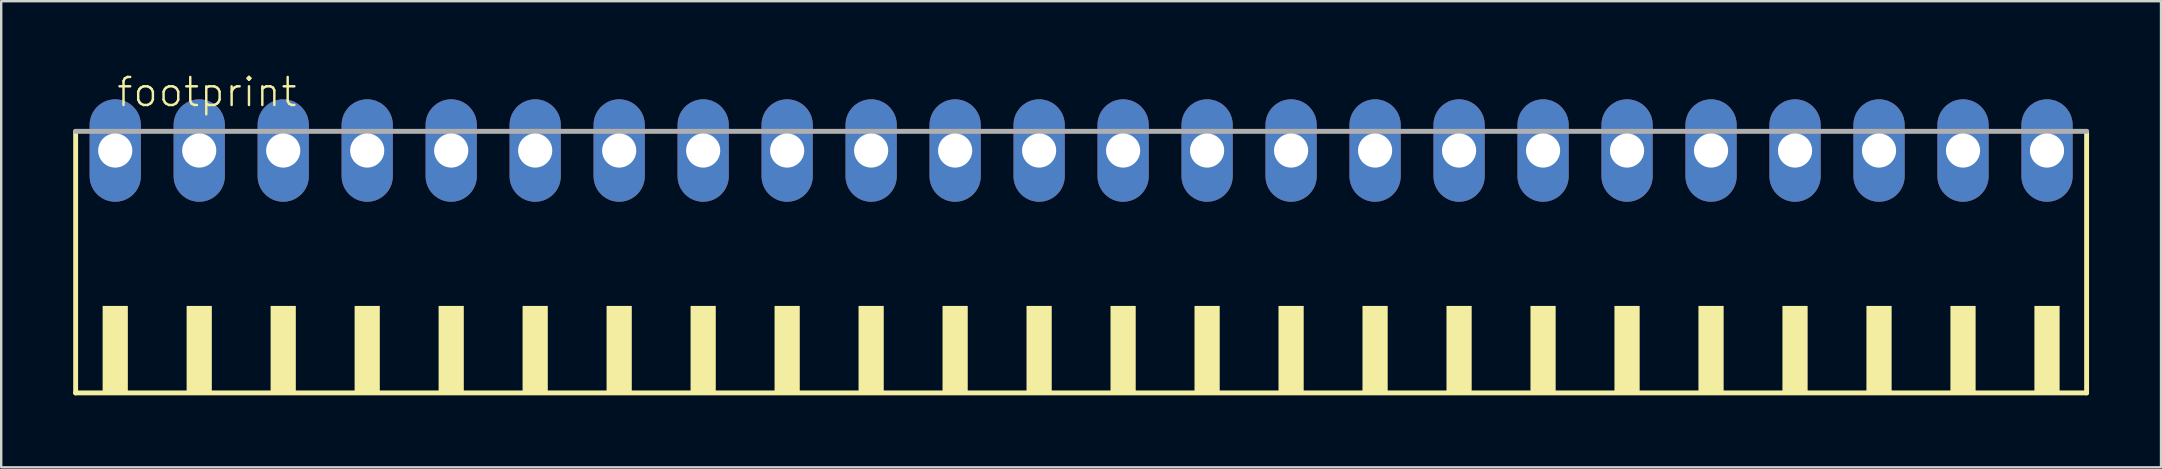
<source format=kicad_pcb>
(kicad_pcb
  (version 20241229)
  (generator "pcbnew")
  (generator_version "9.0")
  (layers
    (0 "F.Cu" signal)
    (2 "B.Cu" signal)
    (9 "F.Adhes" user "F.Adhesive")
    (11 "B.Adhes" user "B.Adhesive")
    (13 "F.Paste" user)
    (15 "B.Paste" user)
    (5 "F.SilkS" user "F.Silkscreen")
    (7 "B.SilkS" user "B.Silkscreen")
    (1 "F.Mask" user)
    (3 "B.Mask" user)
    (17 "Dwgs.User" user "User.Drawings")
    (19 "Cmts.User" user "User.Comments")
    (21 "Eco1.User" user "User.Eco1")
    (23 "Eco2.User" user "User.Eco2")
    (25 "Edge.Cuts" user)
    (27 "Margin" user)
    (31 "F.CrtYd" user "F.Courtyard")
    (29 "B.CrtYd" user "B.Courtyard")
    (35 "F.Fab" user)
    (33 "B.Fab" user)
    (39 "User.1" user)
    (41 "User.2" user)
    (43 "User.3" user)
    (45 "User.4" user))
  (footprint "footprint"
    (layer "F.Cu")
    (at 42.002 8.473)
    (property "Reference" "footprint" (at -40.25 -7 0) (layer "F.SilkS") (effects (font (size 1.168 1.168) (thickness 0.102)) (justify left bottom)))
    (fp_line (start -41.9 -6.05) (end -41.9 4.85) (stroke (width 0.203) (type solid)) (layer "F.SilkS"))
    (fp_line (start -41.9 4.85) (end 41.9 4.85) (stroke (width 0.203) (type solid)) (layer "F.SilkS"))
    (fp_line (start 41.9 4.85) (end 41.9 -6.05) (stroke (width 0.203) (type solid)) (layer "F.SilkS"))
    (fp_poly (pts (xy -40.775 4.9) (xy -39.725 4.9) (xy -39.725 1.225) (xy -40.775 1.225)) (stroke (width 0) (type solid)) (fill yes) (layer "F.SilkS"))
    (fp_poly (pts (xy -37.275 4.9) (xy -36.225 4.9) (xy -36.225 1.225) (xy -37.275 1.225)) (stroke (width 0) (type solid)) (fill yes) (layer "F.SilkS"))
    (fp_poly (pts (xy -33.775 4.9) (xy -32.725 4.9) (xy -32.725 1.225) (xy -33.775 1.225)) (stroke (width 0) (type solid)) (fill yes) (layer "F.SilkS"))
    (fp_poly (pts (xy -30.275 4.9) (xy -29.225 4.9) (xy -29.225 1.225) (xy -30.275 1.225)) (stroke (width 0) (type solid)) (fill yes) (layer "F.SilkS"))
    (fp_poly (pts (xy -26.775 4.9) (xy -25.725 4.9) (xy -25.725 1.225) (xy -26.775 1.225)) (stroke (width 0) (type solid)) (fill yes) (layer "F.SilkS"))
    (fp_poly (pts (xy -23.275 4.9) (xy -22.225 4.9) (xy -22.225 1.225) (xy -23.275 1.225)) (stroke (width 0) (type solid)) (fill yes) (layer "F.SilkS"))
    (fp_poly (pts (xy -19.775 4.9) (xy -18.725 4.9) (xy -18.725 1.225) (xy -19.775 1.225)) (stroke (width 0) (type solid)) (fill yes) (layer "F.SilkS"))
    (fp_poly (pts (xy -16.275 4.9) (xy -15.225 4.9) (xy -15.225 1.225) (xy -16.275 1.225)) (stroke (width 0) (type solid)) (fill yes) (layer "F.SilkS"))
    (fp_poly (pts (xy -12.775 4.9) (xy -11.725 4.9) (xy -11.725 1.225) (xy -12.775 1.225)) (stroke (width 0) (type solid)) (fill yes) (layer "F.SilkS"))
    (fp_poly (pts (xy -9.275 4.9) (xy -8.225 4.9) (xy -8.225 1.225) (xy -9.275 1.225)) (stroke (width 0) (type solid)) (fill yes) (layer "F.SilkS"))
    (fp_poly (pts (xy -5.775 4.9) (xy -4.725 4.9) (xy -4.725 1.225) (xy -5.775 1.225)) (stroke (width 0) (type solid)) (fill yes) (layer "F.SilkS"))
    (fp_poly (pts (xy -2.275 4.9) (xy -1.225 4.9) (xy -1.225 1.225) (xy -2.275 1.225)) (stroke (width 0) (type solid)) (fill yes) (layer "F.SilkS"))
    (fp_poly (pts (xy 1.225 4.9) (xy 2.275 4.9) (xy 2.275 1.225) (xy 1.225 1.225)) (stroke (width 0) (type solid)) (fill yes) (layer "F.SilkS"))
    (fp_poly (pts (xy 4.725 4.9) (xy 5.775 4.9) (xy 5.775 1.225) (xy 4.725 1.225)) (stroke (width 0) (type solid)) (fill yes) (layer "F.SilkS"))
    (fp_poly (pts (xy 8.225 4.9) (xy 9.275 4.9) (xy 9.275 1.225) (xy 8.225 1.225)) (stroke (width 0) (type solid)) (fill yes) (layer "F.SilkS"))
    (fp_poly (pts (xy 11.725 4.9) (xy 12.775 4.9) (xy 12.775 1.225) (xy 11.725 1.225)) (stroke (width 0) (type solid)) (fill yes) (layer "F.SilkS"))
    (fp_poly (pts (xy 15.225 4.9) (xy 16.275 4.9) (xy 16.275 1.225) (xy 15.225 1.225)) (stroke (width 0) (type solid)) (fill yes) (layer "F.SilkS"))
    (fp_poly (pts (xy 18.725 4.9) (xy 19.775 4.9) (xy 19.775 1.225) (xy 18.725 1.225)) (stroke (width 0) (type solid)) (fill yes) (layer "F.SilkS"))
    (fp_poly (pts (xy 22.225 4.9) (xy 23.275 4.9) (xy 23.275 1.225) (xy 22.225 1.225)) (stroke (width 0) (type solid)) (fill yes) (layer "F.SilkS"))
    (fp_poly (pts (xy 25.725 4.9) (xy 26.775 4.9) (xy 26.775 1.225) (xy 25.725 1.225)) (stroke (width 0) (type solid)) (fill yes) (layer "F.SilkS"))
    (fp_poly (pts (xy 29.225 4.9) (xy 30.275 4.9) (xy 30.275 1.225) (xy 29.225 1.225)) (stroke (width 0) (type solid)) (fill yes) (layer "F.SilkS"))
    (fp_poly (pts (xy 32.725 4.9) (xy 33.775 4.9) (xy 33.775 1.225) (xy 32.725 1.225)) (stroke (width 0) (type solid)) (fill yes) (layer "F.SilkS"))
    (fp_poly (pts (xy 36.225 4.9) (xy 37.275 4.9) (xy 37.275 1.225) (xy 36.225 1.225)) (stroke (width 0) (type solid)) (fill yes) (layer "F.SilkS"))
    (fp_poly (pts (xy 39.725 4.9) (xy 40.775 4.9) (xy 40.775 1.225) (xy 39.725 1.225)) (stroke (width 0) (type solid)) (fill yes) (layer "F.SilkS"))
    (fp_line (start 41.9 -6.05) (end -41.9 -6.05) (stroke (width 0.203) (type solid)) (layer "F.Fab"))
    (pad "1" thru_hole oval (at -40.25 -5.25 90) (size 4.267 2.134) (drill 1.422) (layers "*.Cu" "*.Mask"))
    (pad "2" thru_hole oval (at -36.75 -5.25 90) (size 4.267 2.134) (drill 1.422) (layers "*.Cu" "*.Mask"))
    (pad "3" thru_hole oval (at -33.25 -5.25 90) (size 4.267 2.134) (drill 1.422) (layers "*.Cu" "*.Mask"))
    (pad "4" thru_hole oval (at -29.75 -5.25 90) (size 4.267 2.134) (drill 1.422) (layers "*.Cu" "*.Mask"))
    (pad "5" thru_hole oval (at -26.25 -5.25 90) (size 4.267 2.134) (drill 1.422) (layers "*.Cu" "*.Mask"))
    (pad "6" thru_hole oval (at -22.75 -5.25 90) (size 4.267 2.134) (drill 1.422) (layers "*.Cu" "*.Mask"))
    (pad "7" thru_hole oval (at -19.25 -5.25 90) (size 4.267 2.134) (drill 1.422) (layers "*.Cu" "*.Mask"))
    (pad "8" thru_hole oval (at -15.75 -5.25 90) (size 4.267 2.134) (drill 1.422) (layers "*.Cu" "*.Mask"))
    (pad "9" thru_hole oval (at -12.25 -5.25 90) (size 4.267 2.134) (drill 1.422) (layers "*.Cu" "*.Mask"))
    (pad "10" thru_hole oval (at -8.75 -5.25 90) (size 4.267 2.134) (drill 1.422) (layers "*.Cu" "*.Mask"))
    (pad "11" thru_hole oval (at -5.25 -5.25 90) (size 4.267 2.134) (drill 1.422) (layers "*.Cu" "*.Mask"))
    (pad "12" thru_hole oval (at -1.75 -5.25 90) (size 4.267 2.134) (drill 1.422) (layers "*.Cu" "*.Mask"))
    (pad "13" thru_hole oval (at 1.75 -5.25 90) (size 4.267 2.134) (drill 1.422) (layers "*.Cu" "*.Mask"))
    (pad "14" thru_hole oval (at 5.25 -5.25 90) (size 4.267 2.134) (drill 1.422) (layers "*.Cu" "*.Mask"))
    (pad "15" thru_hole oval (at 8.75 -5.25 90) (size 4.267 2.134) (drill 1.422) (layers "*.Cu" "*.Mask"))
    (pad "16" thru_hole oval (at 12.25 -5.25 90) (size 4.267 2.134) (drill 1.422) (layers "*.Cu" "*.Mask"))
    (pad "17" thru_hole oval (at 15.75 -5.25 90) (size 4.267 2.134) (drill 1.422) (layers "*.Cu" "*.Mask"))
    (pad "18" thru_hole oval (at 19.25 -5.25 90) (size 4.267 2.134) (drill 1.422) (layers "*.Cu" "*.Mask"))
    (pad "19" thru_hole oval (at 22.75 -5.25 90) (size 4.267 2.134) (drill 1.422) (layers "*.Cu" "*.Mask"))
    (pad "20" thru_hole oval (at 26.25 -5.25 90) (size 4.267 2.134) (drill 1.422) (layers "*.Cu" "*.Mask"))
    (pad "21" thru_hole oval (at 29.75 -5.25 90) (size 4.267 2.134) (drill 1.422) (layers "*.Cu" "*.Mask"))
    (pad "22" thru_hole oval (at 33.25 -5.25 90) (size 4.267 2.134) (drill 1.422) (layers "*.Cu" "*.Mask"))
    (pad "23" thru_hole oval (at 36.75 -5.25 90) (size 4.267 2.134) (drill 1.422) (layers "*.Cu" "*.Mask"))
    (pad "24" thru_hole oval (at 40.25 -5.25 90) (size 4.267 2.134) (drill 1.422) (layers "*.Cu" "*.Mask")))
  (gr_rect
    (start -3 -3)
    (end 87.003 16.425)
    (stroke (width 0.1) (type default))
    (fill no)
    (layer "Edge.Cuts")))
</source>
